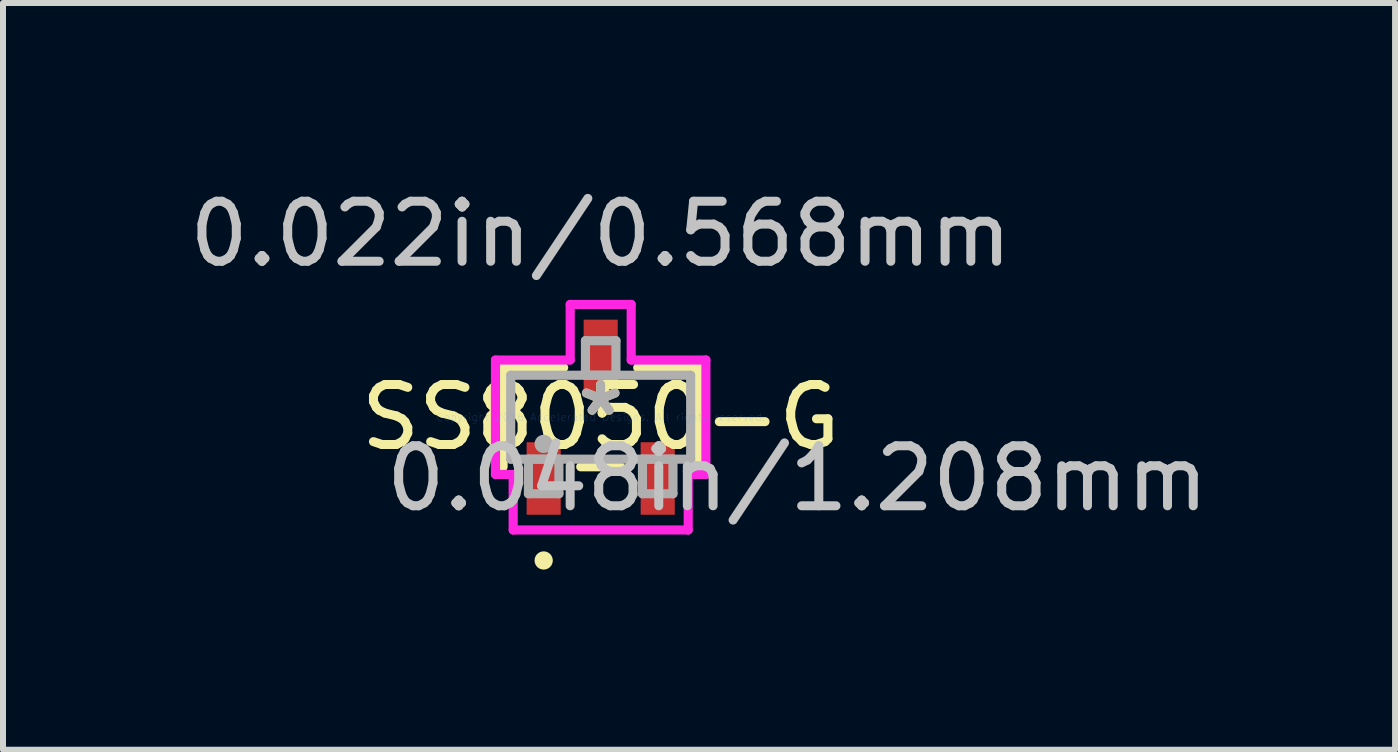
<source format=kicad_pcb>
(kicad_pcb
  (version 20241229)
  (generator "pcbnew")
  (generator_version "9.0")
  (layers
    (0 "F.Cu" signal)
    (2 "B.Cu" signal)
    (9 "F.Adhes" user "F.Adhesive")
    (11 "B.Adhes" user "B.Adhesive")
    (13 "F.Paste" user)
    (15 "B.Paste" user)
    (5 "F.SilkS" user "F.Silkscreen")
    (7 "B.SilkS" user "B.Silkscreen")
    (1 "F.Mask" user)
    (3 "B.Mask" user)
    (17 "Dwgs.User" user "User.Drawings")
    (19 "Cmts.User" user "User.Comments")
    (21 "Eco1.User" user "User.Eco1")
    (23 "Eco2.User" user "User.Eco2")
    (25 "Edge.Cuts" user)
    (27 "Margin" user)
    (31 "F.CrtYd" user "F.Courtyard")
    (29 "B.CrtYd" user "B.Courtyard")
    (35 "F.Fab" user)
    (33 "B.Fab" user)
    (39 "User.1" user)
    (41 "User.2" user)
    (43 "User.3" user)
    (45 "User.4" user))
  (footprint "SS8050-G"
    (layer "F.Cu")
    (at 6.958 3.901)
    (property "Reference" "SS8050-G" (at 0 0 0) (layer "F.SilkS") (effects (font (size 1 1) (thickness 0.15))))
    (attr through_hole)
    (fp_line (start -1.626 -0.826) (end -1.626 0.826) (stroke (width 0.152) (type solid)) (layer "F.SilkS"))
    (fp_line (start -0.617 -0.826) (end -1.626 -0.826) (stroke (width 0.152) (type solid)) (layer "F.SilkS"))
    (fp_line (start -0.333 0.826) (end 0.333 0.826) (stroke (width 0.152) (type solid)) (layer "F.SilkS"))
    (fp_line (start 1.626 -0.826) (end 0.617 -0.826) (stroke (width 0.152) (type solid)) (layer "F.SilkS"))
    (fp_line (start 1.626 0.826) (end 1.626 -0.826) (stroke (width 0.152) (type solid)) (layer "F.SilkS"))
    (fp_circle (center -0.95 2.387) (end -0.874 2.387) (stroke (width 0.152) (type solid)) (fill no) (layer "F.SilkS"))
    (fp_line (start -1.753 -0.953) (end -0.508 -0.953) (stroke (width 0.152) (type solid)) (layer "F.CrtYd"))
    (fp_line (start -1.753 0.953) (end -1.753 -0.953) (stroke (width 0.152) (type solid)) (layer "F.CrtYd"))
    (fp_line (start -1.458 0.953) (end -1.753 0.953) (stroke (width 0.152) (type solid)) (layer "F.CrtYd"))
    (fp_line (start -1.458 1.879) (end -1.458 0.953) (stroke (width 0.152) (type solid)) (layer "F.CrtYd"))
    (fp_line (start -0.508 -1.879) (end 0.508 -1.879) (stroke (width 0.152) (type solid)) (layer "F.CrtYd"))
    (fp_line (start -0.508 -0.953) (end -0.508 -1.879) (stroke (width 0.152) (type solid)) (layer "F.CrtYd"))
    (fp_line (start 0.508 -1.879) (end 0.508 -0.953) (stroke (width 0.152) (type solid)) (layer "F.CrtYd"))
    (fp_line (start 0.508 -0.953) (end 1.753 -0.953) (stroke (width 0.152) (type solid)) (layer "F.CrtYd"))
    (fp_line (start 1.458 0.953) (end 1.458 1.879) (stroke (width 0.152) (type solid)) (layer "F.CrtYd"))
    (fp_line (start 1.458 1.879) (end -1.458 1.879) (stroke (width 0.152) (type solid)) (layer "F.CrtYd"))
    (fp_line (start 1.753 -0.953) (end 1.753 0.953) (stroke (width 0.152) (type solid)) (layer "F.CrtYd"))
    (fp_line (start 1.753 0.953) (end 1.458 0.953) (stroke (width 0.152) (type solid)) (layer "F.CrtYd"))
    (fp_line (start -1.499 -0.699) (end -1.499 0.699) (stroke (width 0.152) (type solid)) (layer "F.Fab"))
    (fp_line (start -1.499 0.699) (end 1.499 0.699) (stroke (width 0.152) (type solid)) (layer "F.Fab"))
    (fp_line (start -1.204 0.699) (end -1.204 1.275) (stroke (width 0.152) (type solid)) (layer "F.Fab"))
    (fp_line (start -1.204 1.275) (end -0.696 1.275) (stroke (width 0.152) (type solid)) (layer "F.Fab"))
    (fp_line (start -0.696 0.699) (end -1.204 0.699) (stroke (width 0.152) (type solid)) (layer "F.Fab"))
    (fp_line (start -0.696 1.275) (end -0.696 0.699) (stroke (width 0.152) (type solid)) (layer "F.Fab"))
    (fp_line (start -0.254 -1.275) (end -0.254 -0.699) (stroke (width 0.152) (type solid)) (layer "F.Fab"))
    (fp_line (start -0.254 -0.699) (end 0.254 -0.699) (stroke (width 0.152) (type solid)) (layer "F.Fab"))
    (fp_line (start 0.254 -1.275) (end -0.254 -1.275) (stroke (width 0.152) (type solid)) (layer "F.Fab"))
    (fp_line (start 0.254 -0.699) (end 0.254 -1.275) (stroke (width 0.152) (type solid)) (layer "F.Fab"))
    (fp_line (start 0.696 0.699) (end 0.696 1.275) (stroke (width 0.152) (type solid)) (layer "F.Fab"))
    (fp_line (start 0.696 1.275) (end 1.204 1.275) (stroke (width 0.152) (type solid)) (layer "F.Fab"))
    (fp_line (start 1.204 0.699) (end 0.696 0.699) (stroke (width 0.152) (type solid)) (layer "F.Fab"))
    (fp_line (start 1.204 1.275) (end 1.204 0.699) (stroke (width 0.152) (type solid)) (layer "F.Fab"))
    (fp_line (start 1.499 -0.699) (end -1.499 -0.699) (stroke (width 0.152) (type solid)) (layer "F.Fab"))
    (fp_line (start 1.499 0.699) (end 1.499 -0.699) (stroke (width 0.152) (type solid)) (layer "F.Fab"))
    (fp_circle (center -0.95 0.445) (end -0.874 0.445) (stroke (width 0.152) (type solid)) (fill no) (layer "F.Fab"))
    (fp_text user "*" (at 0 0 0) (layer "F.SilkS") (effects (font (size 1 1) (thickness 0.15))))
    (fp_text user "0.048in/1.208mm" (at 3.277 1.021 0) (layer "Dwgs.User") (effects (font (size 1 1) (thickness 0.15))))
    (fp_text user "0.022in/0.568mm" (at 0 -3.053 0) (layer "Dwgs.User") (effects (font (size 1 1) (thickness 0.15))))
    (fp_text user "Copyright 2016 Accelerated Designs. All rights reserved." (at 0 0 0) (layer "Cmts.User") (effects (font (size 0.127 0.127) (thickness 0.002))))
    (fp_text user "*" (at 0 0 0) (layer "F.Fab") (effects (font (size 1 1) (thickness 0.15))))
    (pad "1" smd rect (at -0.95 1.021) (size 0.568 1.208) (layers "F.Cu" "F.Mask" "F.Paste"))
    (pad "2" smd rect (at 0.95 1.021) (size 0.568 1.208) (layers "F.Cu" "F.Mask" "F.Paste"))
    (pad "3" smd rect (at 0 -1.021) (size 0.568 1.208) (layers "F.Cu" "F.Mask" "F.Paste")))
  (gr_rect
    (start -3 -3)
    (end 20.193 9.441)
    (stroke (width 0.1) (type default))
    (fill no)
    (layer "Edge.Cuts")))
</source>
